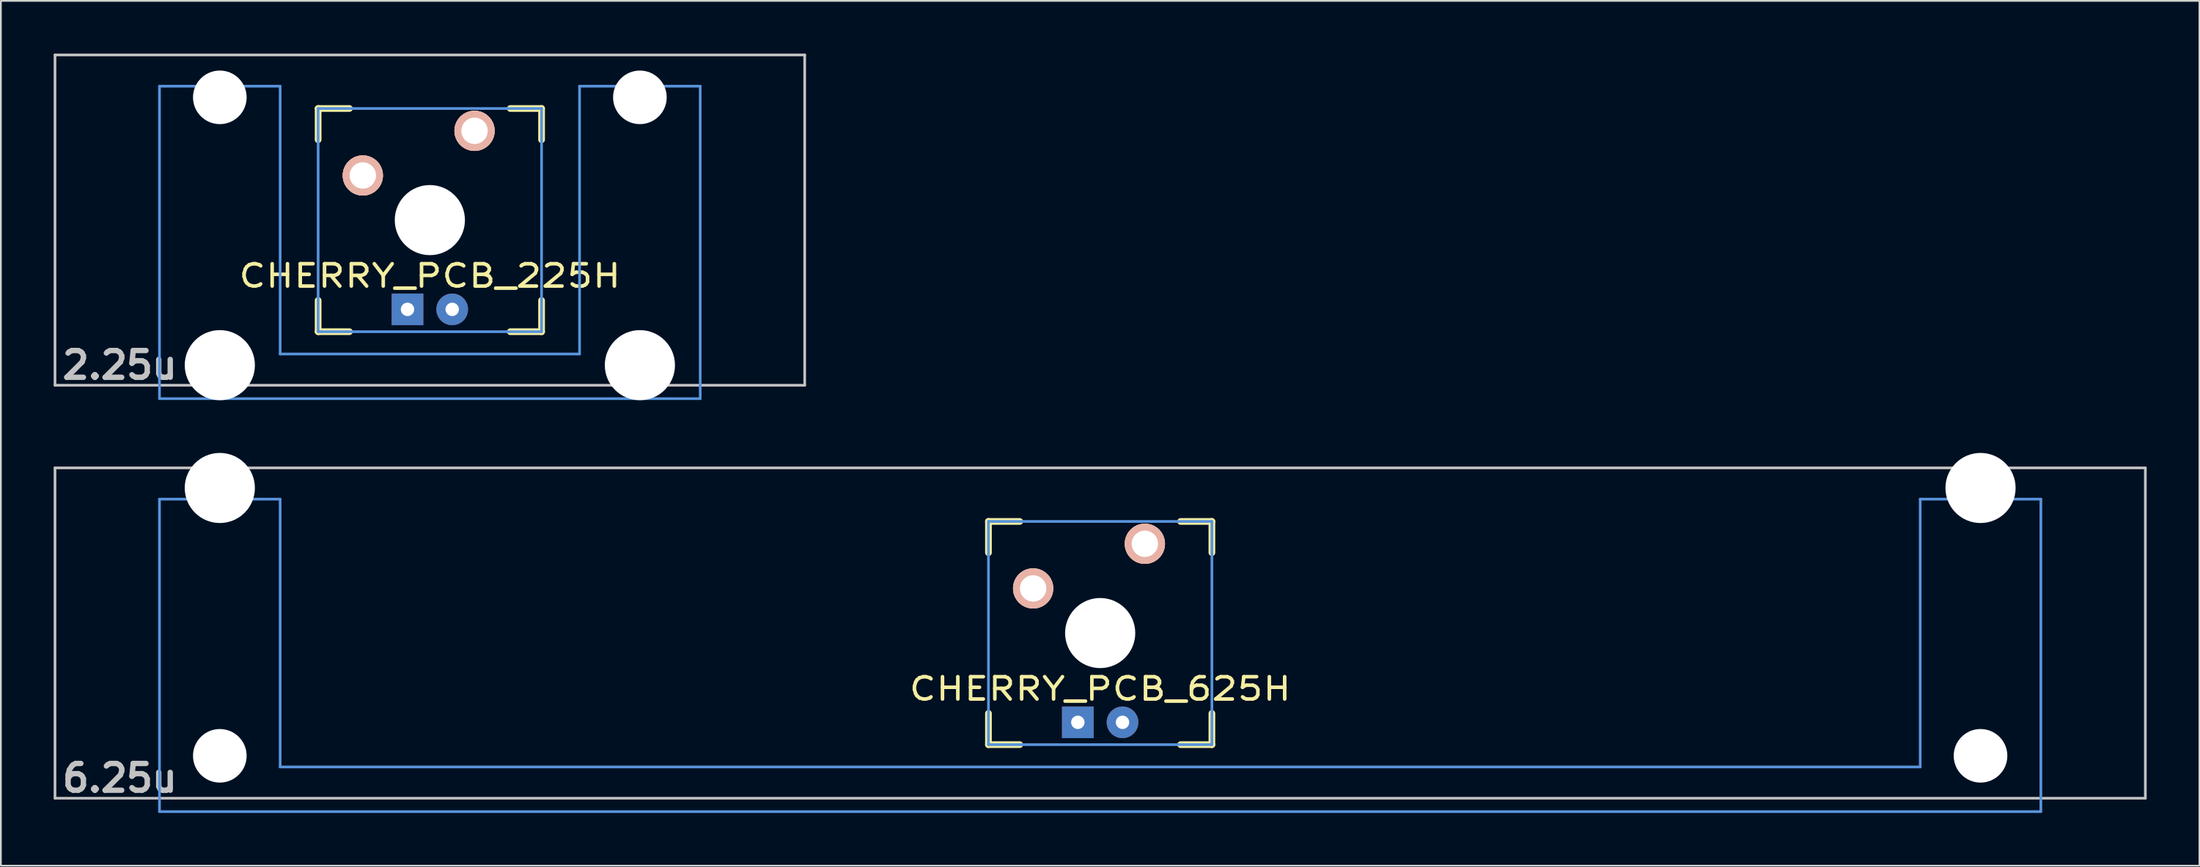
<source format=kicad_pcb>
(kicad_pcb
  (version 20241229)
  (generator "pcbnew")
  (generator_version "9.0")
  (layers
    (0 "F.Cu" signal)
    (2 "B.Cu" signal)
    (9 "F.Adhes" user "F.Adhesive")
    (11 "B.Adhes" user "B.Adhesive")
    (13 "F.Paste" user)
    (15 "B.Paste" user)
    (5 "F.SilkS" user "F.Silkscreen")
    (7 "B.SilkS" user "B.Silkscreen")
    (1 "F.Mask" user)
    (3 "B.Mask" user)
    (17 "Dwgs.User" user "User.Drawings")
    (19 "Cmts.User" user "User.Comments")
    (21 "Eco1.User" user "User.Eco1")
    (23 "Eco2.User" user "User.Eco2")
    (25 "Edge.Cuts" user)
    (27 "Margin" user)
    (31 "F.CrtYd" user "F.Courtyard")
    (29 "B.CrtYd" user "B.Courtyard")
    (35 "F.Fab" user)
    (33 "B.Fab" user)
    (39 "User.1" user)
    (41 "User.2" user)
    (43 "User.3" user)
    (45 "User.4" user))
  (footprint "CHERRY_PCB_625H"
    (layer "F.Cu")
    (at 59.482 32.972)
    (property "Reference" "CHERRY_PCB_625H" (at 0 3.175 0) (layer "F.SilkS") (effects (font (size 1.27 1.524) (thickness 0.203))))
    (attr through_hole)
    (fp_line (start -6.35 -6.35) (end -4.572 -6.35) (stroke (width 0.381) (type solid)) (layer "F.SilkS"))
    (fp_line (start -6.35 -4.572) (end -6.35 -6.35) (stroke (width 0.381) (type solid)) (layer "F.SilkS"))
    (fp_line (start -6.35 6.35) (end -6.35 4.572) (stroke (width 0.381) (type solid)) (layer "F.SilkS"))
    (fp_line (start -4.572 6.35) (end -6.35 6.35) (stroke (width 0.381) (type solid)) (layer "F.SilkS"))
    (fp_line (start 4.572 -6.35) (end 6.35 -6.35) (stroke (width 0.381) (type solid)) (layer "F.SilkS"))
    (fp_line (start 6.35 -6.35) (end 6.35 -4.572) (stroke (width 0.381) (type solid)) (layer "F.SilkS"))
    (fp_line (start 6.35 4.572) (end 6.35 6.35) (stroke (width 0.381) (type solid)) (layer "F.SilkS"))
    (fp_line (start 6.35 6.35) (end 4.572 6.35) (stroke (width 0.381) (type solid)) (layer "F.SilkS"))
    (fp_line (start -59.406 -9.398) (end 59.406 -9.398) (stroke (width 0.152) (type solid)) (layer "Dwgs.User"))
    (fp_line (start -59.406 9.398) (end -59.406 -9.398) (stroke (width 0.152) (type solid)) (layer "Dwgs.User"))
    (fp_line (start 59.406 -9.398) (end 59.406 9.398) (stroke (width 0.152) (type solid)) (layer "Dwgs.User"))
    (fp_line (start 59.406 9.398) (end -59.406 9.398) (stroke (width 0.152) (type solid)) (layer "Dwgs.User"))
    (fp_line (start -53.467 -7.62) (end -53.467 10.16) (stroke (width 0.152) (type solid)) (layer "Cmts.User"))
    (fp_line (start -53.467 10.16) (end 53.467 10.16) (stroke (width 0.152) (type solid)) (layer "Cmts.User"))
    (fp_line (start -46.609 -7.62) (end -53.467 -7.62) (stroke (width 0.152) (type solid)) (layer "Cmts.User"))
    (fp_line (start -46.609 7.62) (end -46.609 -7.62) (stroke (width 0.152) (type solid)) (layer "Cmts.User"))
    (fp_line (start -6.35 -6.35) (end 6.35 -6.35) (stroke (width 0.152) (type solid)) (layer "Cmts.User"))
    (fp_line (start -6.35 6.35) (end -6.35 -6.35) (stroke (width 0.152) (type solid)) (layer "Cmts.User"))
    (fp_line (start 6.35 -6.35) (end 6.35 6.35) (stroke (width 0.152) (type solid)) (layer "Cmts.User"))
    (fp_line (start 6.35 6.35) (end -6.35 6.35) (stroke (width 0.152) (type solid)) (layer "Cmts.User"))
    (fp_line (start 46.609 -7.62) (end 46.609 7.62) (stroke (width 0.152) (type solid)) (layer "Cmts.User"))
    (fp_line (start 46.609 7.62) (end -46.609 7.62) (stroke (width 0.152) (type solid)) (layer "Cmts.User"))
    (fp_line (start 53.467 -7.62) (end 46.609 -7.62) (stroke (width 0.152) (type solid)) (layer "Cmts.User"))
    (fp_line (start 53.467 10.16) (end 53.467 -7.62) (stroke (width 0.152) (type solid)) (layer "Cmts.User"))
    (fp_line (start -54.229 -2.286) (end -53.365 -2.286) (stroke (width 0.152) (type solid)) (layer "Eco2.User"))
    (fp_line (start -54.229 0.508) (end -54.229 -2.286) (stroke (width 0.152) (type solid)) (layer "Eco2.User"))
    (fp_line (start -53.365 -5.69) (end -46.711 -5.69) (stroke (width 0.152) (type solid)) (layer "Eco2.User"))
    (fp_line (start -53.365 -2.286) (end -53.365 -5.69) (stroke (width 0.152) (type solid)) (layer "Eco2.User"))
    (fp_line (start -53.365 0.508) (end -54.229 0.508) (stroke (width 0.152) (type solid)) (layer "Eco2.User"))
    (fp_line (start -53.365 6.604) (end -53.365 0.508) (stroke (width 0.152) (type solid)) (layer "Eco2.User"))
    (fp_line (start -52.324 6.604) (end -53.365 6.604) (stroke (width 0.152) (type solid)) (layer "Eco2.User"))
    (fp_line (start -52.324 7.772) (end -52.324 6.604) (stroke (width 0.152) (type solid)) (layer "Eco2.User"))
    (fp_line (start -47.752 6.604) (end -47.752 7.772) (stroke (width 0.152) (type solid)) (layer "Eco2.User"))
    (fp_line (start -47.752 7.772) (end -52.324 7.772) (stroke (width 0.152) (type solid)) (layer "Eco2.User"))
    (fp_line (start -46.711 -5.69) (end -46.711 -2.286) (stroke (width 0.152) (type solid)) (layer "Eco2.User"))
    (fp_line (start -46.711 -2.286) (end -6.985 -2.286) (stroke (width 0.152) (type solid)) (layer "Eco2.User"))
    (fp_line (start -46.711 2.286) (end -46.711 6.604) (stroke (width 0.152) (type solid)) (layer "Eco2.User"))
    (fp_line (start -46.711 6.604) (end -47.752 6.604) (stroke (width 0.152) (type solid)) (layer "Eco2.User"))
    (fp_line (start -6.985 -6.985) (end 6.985 -6.985) (stroke (width 0.152) (type solid)) (layer "Eco2.User"))
    (fp_line (start -6.985 -2.286) (end -6.985 -6.985) (stroke (width 0.152) (type solid)) (layer "Eco2.User"))
    (fp_line (start -6.985 2.286) (end -46.711 2.286) (stroke (width 0.152) (type solid)) (layer "Eco2.User"))
    (fp_line (start -6.985 6.985) (end -6.985 2.286) (stroke (width 0.152) (type solid)) (layer "Eco2.User"))
    (fp_line (start 6.985 -6.985) (end 6.985 -2.286) (stroke (width 0.152) (type solid)) (layer "Eco2.User"))
    (fp_line (start 6.985 -2.286) (end 46.711 -2.286) (stroke (width 0.152) (type solid)) (layer "Eco2.User"))
    (fp_line (start 6.985 2.286) (end 6.985 6.985) (stroke (width 0.152) (type solid)) (layer "Eco2.User"))
    (fp_line (start 6.985 6.985) (end -6.985 6.985) (stroke (width 0.152) (type solid)) (layer "Eco2.User"))
    (fp_line (start 46.711 -5.69) (end 53.365 -5.69) (stroke (width 0.152) (type solid)) (layer "Eco2.User"))
    (fp_line (start 46.711 -2.286) (end 46.711 -5.69) (stroke (width 0.152) (type solid)) (layer "Eco2.User"))
    (fp_line (start 46.711 2.286) (end 6.985 2.286) (stroke (width 0.152) (type solid)) (layer "Eco2.User"))
    (fp_line (start 46.711 6.604) (end 46.711 2.286) (stroke (width 0.152) (type solid)) (layer "Eco2.User"))
    (fp_line (start 47.752 6.604) (end 46.711 6.604) (stroke (width 0.152) (type solid)) (layer "Eco2.User"))
    (fp_line (start 47.752 7.772) (end 47.752 6.604) (stroke (width 0.152) (type solid)) (layer "Eco2.User"))
    (fp_line (start 52.324 6.604) (end 52.324 7.772) (stroke (width 0.152) (type solid)) (layer "Eco2.User"))
    (fp_line (start 52.324 7.772) (end 47.752 7.772) (stroke (width 0.152) (type solid)) (layer "Eco2.User"))
    (fp_line (start 53.365 -5.69) (end 53.365 -2.286) (stroke (width 0.152) (type solid)) (layer "Eco2.User"))
    (fp_line (start 53.365 -2.286) (end 54.229 -2.286) (stroke (width 0.152) (type solid)) (layer "Eco2.User"))
    (fp_line (start 53.365 0.508) (end 53.365 6.604) (stroke (width 0.152) (type solid)) (layer "Eco2.User"))
    (fp_line (start 53.365 6.604) (end 52.324 6.604) (stroke (width 0.152) (type solid)) (layer "Eco2.User"))
    (fp_line (start 54.229 -2.286) (end 54.229 0.508) (stroke (width 0.152) (type solid)) (layer "Eco2.User"))
    (fp_line (start 54.229 0.508) (end 53.365 0.508) (stroke (width 0.152) (type solid)) (layer "Eco2.User"))
    (fp_text user "6.25u" (at -55.723 8.255 0) (layer "Dwgs.User") (effects (font (size 1.524 1.524) (thickness 0.305))))
    (pad "" np_thru_hole circle (at -50.038 -8.255) (size 3.988 3.988) (drill 3.988) (layers "*.Cu"))
    (pad "" np_thru_hole circle (at -50.038 6.985) (size 3.048 3.048) (drill 3.048) (layers "*.Cu"))
    (pad "" np_thru_hole circle (at 0 0) (size 3.988 3.988) (drill 3.988) (layers "*.Cu"))
    (pad "" np_thru_hole circle (at 50.038 -8.255) (size 3.988 3.988) (drill 3.988) (layers "*.Cu"))
    (pad "" np_thru_hole circle (at 50.038 6.985) (size 3.048 3.048) (drill 3.048) (layers "*.Cu"))
    (pad "1" thru_hole circle (at 2.54 -5.08) (size 2.286 2.286) (drill 1.499) (layers "*.Cu" "*.SilkS" "*.Mask"))
    (pad "2" thru_hole circle (at -3.81 -2.54) (size 2.286 2.286) (drill 1.499) (layers "*.Cu" "*.SilkS" "*.Mask"))
    (pad "3" thru_hole circle (at 1.27 5.08) (size 1.8 1.8) (drill 0.762) (layers "*.Cu" "*.Mask"))
    (pad "4" thru_hole rect (at -1.27 5.08) (size 1.8 1.8) (drill 0.762) (layers "*.Cu" "*.Mask")))
  (footprint "CHERRY_PCB_225H"
    (layer "F.Cu")
    (at 21.382 9.474)
    (property "Reference" "CHERRY_PCB_225H" (at 0 3.175 0) (layer "F.SilkS") (effects (font (size 1.27 1.524) (thickness 0.203))))
    (attr through_hole)
    (fp_line (start -6.35 -6.35) (end -4.572 -6.35) (stroke (width 0.381) (type solid)) (layer "F.SilkS"))
    (fp_line (start -6.35 -4.572) (end -6.35 -6.35) (stroke (width 0.381) (type solid)) (layer "F.SilkS"))
    (fp_line (start -6.35 6.35) (end -6.35 4.572) (stroke (width 0.381) (type solid)) (layer "F.SilkS"))
    (fp_line (start -4.572 6.35) (end -6.35 6.35) (stroke (width 0.381) (type solid)) (layer "F.SilkS"))
    (fp_line (start 4.572 -6.35) (end 6.35 -6.35) (stroke (width 0.381) (type solid)) (layer "F.SilkS"))
    (fp_line (start 6.35 -6.35) (end 6.35 -4.572) (stroke (width 0.381) (type solid)) (layer "F.SilkS"))
    (fp_line (start 6.35 4.572) (end 6.35 6.35) (stroke (width 0.381) (type solid)) (layer "F.SilkS"))
    (fp_line (start 6.35 6.35) (end 4.572 6.35) (stroke (width 0.381) (type solid)) (layer "F.SilkS"))
    (fp_line (start -21.306 -9.398) (end 21.306 -9.398) (stroke (width 0.152) (type solid)) (layer "Dwgs.User"))
    (fp_line (start -21.306 9.398) (end -21.306 -9.398) (stroke (width 0.152) (type solid)) (layer "Dwgs.User"))
    (fp_line (start 21.306 -9.398) (end 21.306 9.398) (stroke (width 0.152) (type solid)) (layer "Dwgs.User"))
    (fp_line (start 21.306 9.398) (end -21.306 9.398) (stroke (width 0.152) (type solid)) (layer "Dwgs.User"))
    (fp_line (start -15.367 -7.62) (end -15.367 10.16) (stroke (width 0.152) (type solid)) (layer "Cmts.User"))
    (fp_line (start -15.367 10.16) (end 15.367 10.16) (stroke (width 0.152) (type solid)) (layer "Cmts.User"))
    (fp_line (start -8.509 -7.62) (end -15.367 -7.62) (stroke (width 0.152) (type solid)) (layer "Cmts.User"))
    (fp_line (start -8.509 7.62) (end -8.509 -7.62) (stroke (width 0.152) (type solid)) (layer "Cmts.User"))
    (fp_line (start -6.35 -6.35) (end 6.35 -6.35) (stroke (width 0.152) (type solid)) (layer "Cmts.User"))
    (fp_line (start -6.35 6.35) (end -6.35 -6.35) (stroke (width 0.152) (type solid)) (layer "Cmts.User"))
    (fp_line (start 6.35 -6.35) (end 6.35 6.35) (stroke (width 0.152) (type solid)) (layer "Cmts.User"))
    (fp_line (start 6.35 6.35) (end -6.35 6.35) (stroke (width 0.152) (type solid)) (layer "Cmts.User"))
    (fp_line (start 8.509 -7.62) (end 8.509 7.62) (stroke (width 0.152) (type solid)) (layer "Cmts.User"))
    (fp_line (start 8.509 7.62) (end -8.509 7.62) (stroke (width 0.152) (type solid)) (layer "Cmts.User"))
    (fp_line (start 15.367 -7.62) (end 8.509 -7.62) (stroke (width 0.152) (type solid)) (layer "Cmts.User"))
    (fp_line (start 15.367 10.16) (end 15.367 -7.62) (stroke (width 0.152) (type solid)) (layer "Cmts.User"))
    (fp_line (start -16.129 -2.286) (end -15.265 -2.286) (stroke (width 0.152) (type solid)) (layer "Eco2.User"))
    (fp_line (start -16.129 0.508) (end -16.129 -2.286) (stroke (width 0.152) (type solid)) (layer "Eco2.User"))
    (fp_line (start -15.265 -5.69) (end -8.611 -5.69) (stroke (width 0.152) (type solid)) (layer "Eco2.User"))
    (fp_line (start -15.265 -2.286) (end -15.265 -5.69) (stroke (width 0.152) (type solid)) (layer "Eco2.User"))
    (fp_line (start -15.265 0.508) (end -16.129 0.508) (stroke (width 0.152) (type solid)) (layer "Eco2.User"))
    (fp_line (start -15.265 6.604) (end -15.265 0.508) (stroke (width 0.152) (type solid)) (layer "Eco2.User"))
    (fp_line (start -14.224 6.604) (end -15.265 6.604) (stroke (width 0.152) (type solid)) (layer "Eco2.User"))
    (fp_line (start -14.224 7.772) (end -14.224 6.604) (stroke (width 0.152) (type solid)) (layer "Eco2.User"))
    (fp_line (start -9.652 6.604) (end -9.652 7.772) (stroke (width 0.152) (type solid)) (layer "Eco2.User"))
    (fp_line (start -9.652 7.772) (end -14.224 7.772) (stroke (width 0.152) (type solid)) (layer "Eco2.User"))
    (fp_line (start -8.611 -5.69) (end -8.611 -4.877) (stroke (width 0.152) (type solid)) (layer "Eco2.User"))
    (fp_line (start -8.611 -4.877) (end -6.985 -4.877) (stroke (width 0.152) (type solid)) (layer "Eco2.User"))
    (fp_line (start -8.611 5.817) (end -8.611 6.604) (stroke (width 0.152) (type solid)) (layer "Eco2.User"))
    (fp_line (start -8.611 6.604) (end -9.652 6.604) (stroke (width 0.152) (type solid)) (layer "Eco2.User"))
    (fp_line (start -6.985 -6.985) (end 6.985 -6.985) (stroke (width 0.152) (type solid)) (layer "Eco2.User"))
    (fp_line (start -6.985 -4.877) (end -6.985 -6.985) (stroke (width 0.152) (type solid)) (layer "Eco2.User"))
    (fp_line (start -6.985 5.817) (end -8.611 5.817) (stroke (width 0.152) (type solid)) (layer "Eco2.User"))
    (fp_line (start -6.985 6.985) (end -6.985 5.817) (stroke (width 0.152) (type solid)) (layer "Eco2.User"))
    (fp_line (start 6.985 -6.985) (end 6.985 -4.877) (stroke (width 0.152) (type solid)) (layer "Eco2.User"))
    (fp_line (start 6.985 -4.877) (end 8.611 -4.877) (stroke (width 0.152) (type solid)) (layer "Eco2.User"))
    (fp_line (start 6.985 5.817) (end 6.985 6.985) (stroke (width 0.152) (type solid)) (layer "Eco2.User"))
    (fp_line (start 6.985 6.985) (end -6.985 6.985) (stroke (width 0.152) (type solid)) (layer "Eco2.User"))
    (fp_line (start 8.611 -5.69) (end 15.265 -5.69) (stroke (width 0.152) (type solid)) (layer "Eco2.User"))
    (fp_line (start 8.611 -4.877) (end 8.611 -5.69) (stroke (width 0.152) (type solid)) (layer "Eco2.User"))
    (fp_line (start 8.611 5.817) (end 6.985 5.817) (stroke (width 0.152) (type solid)) (layer "Eco2.User"))
    (fp_line (start 8.611 6.604) (end 8.611 5.817) (stroke (width 0.152) (type solid)) (layer "Eco2.User"))
    (fp_line (start 9.652 6.604) (end 8.611 6.604) (stroke (width 0.152) (type solid)) (layer "Eco2.User"))
    (fp_line (start 9.652 7.772) (end 9.652 6.604) (stroke (width 0.152) (type solid)) (layer "Eco2.User"))
    (fp_line (start 14.224 6.604) (end 14.224 7.772) (stroke (width 0.152) (type solid)) (layer "Eco2.User"))
    (fp_line (start 14.224 7.772) (end 9.652 7.772) (stroke (width 0.152) (type solid)) (layer "Eco2.User"))
    (fp_line (start 15.265 -5.69) (end 15.265 -2.286) (stroke (width 0.152) (type solid)) (layer "Eco2.User"))
    (fp_line (start 15.265 -2.286) (end 16.129 -2.286) (stroke (width 0.152) (type solid)) (layer "Eco2.User"))
    (fp_line (start 15.265 0.508) (end 15.265 6.604) (stroke (width 0.152) (type solid)) (layer "Eco2.User"))
    (fp_line (start 15.265 6.604) (end 14.224 6.604) (stroke (width 0.152) (type solid)) (layer "Eco2.User"))
    (fp_line (start 16.129 -2.286) (end 16.129 0.508) (stroke (width 0.152) (type solid)) (layer "Eco2.User"))
    (fp_line (start 16.129 0.508) (end 15.265 0.508) (stroke (width 0.152) (type solid)) (layer "Eco2.User"))
    (fp_text user "2.25u" (at -17.623 8.255 0) (layer "Dwgs.User") (effects (font (size 1.524 1.524) (thickness 0.305))))
    (pad "" np_thru_hole circle (at -11.938 -6.985) (size 3.048 3.048) (drill 3.048) (layers "*.Cu"))
    (pad "" np_thru_hole circle (at -11.938 8.255) (size 3.988 3.988) (drill 3.988) (layers "*.Cu"))
    (pad "" np_thru_hole circle (at 0 0) (size 3.988 3.988) (drill 3.988) (layers "*.Cu"))
    (pad "" np_thru_hole circle (at 11.938 -6.985) (size 3.048 3.048) (drill 3.048) (layers "*.Cu"))
    (pad "" np_thru_hole circle (at 11.938 8.255) (size 3.988 3.988) (drill 3.988) (layers "*.Cu"))
    (pad "1" thru_hole circle (at 2.54 -5.08) (size 2.286 2.286) (drill 1.499) (layers "*.Cu" "*.SilkS" "*.Mask"))
    (pad "2" thru_hole circle (at -3.81 -2.54) (size 2.286 2.286) (drill 1.499) (layers "*.Cu" "*.SilkS" "*.Mask"))
    (pad "3" thru_hole circle (at 1.27 5.08) (size 1.8 1.8) (drill 0.762) (layers "*.Cu" "*.Mask"))
    (pad "4" thru_hole rect (at -1.27 5.08) (size 1.8 1.8) (drill 0.762) (layers "*.Cu" "*.Mask")))
  (gr_rect
    (start -3 -3)
    (end 121.963 46.208)
    (stroke (width 0.1) (type default))
    (fill no)
    (layer "Edge.Cuts")))
</source>
